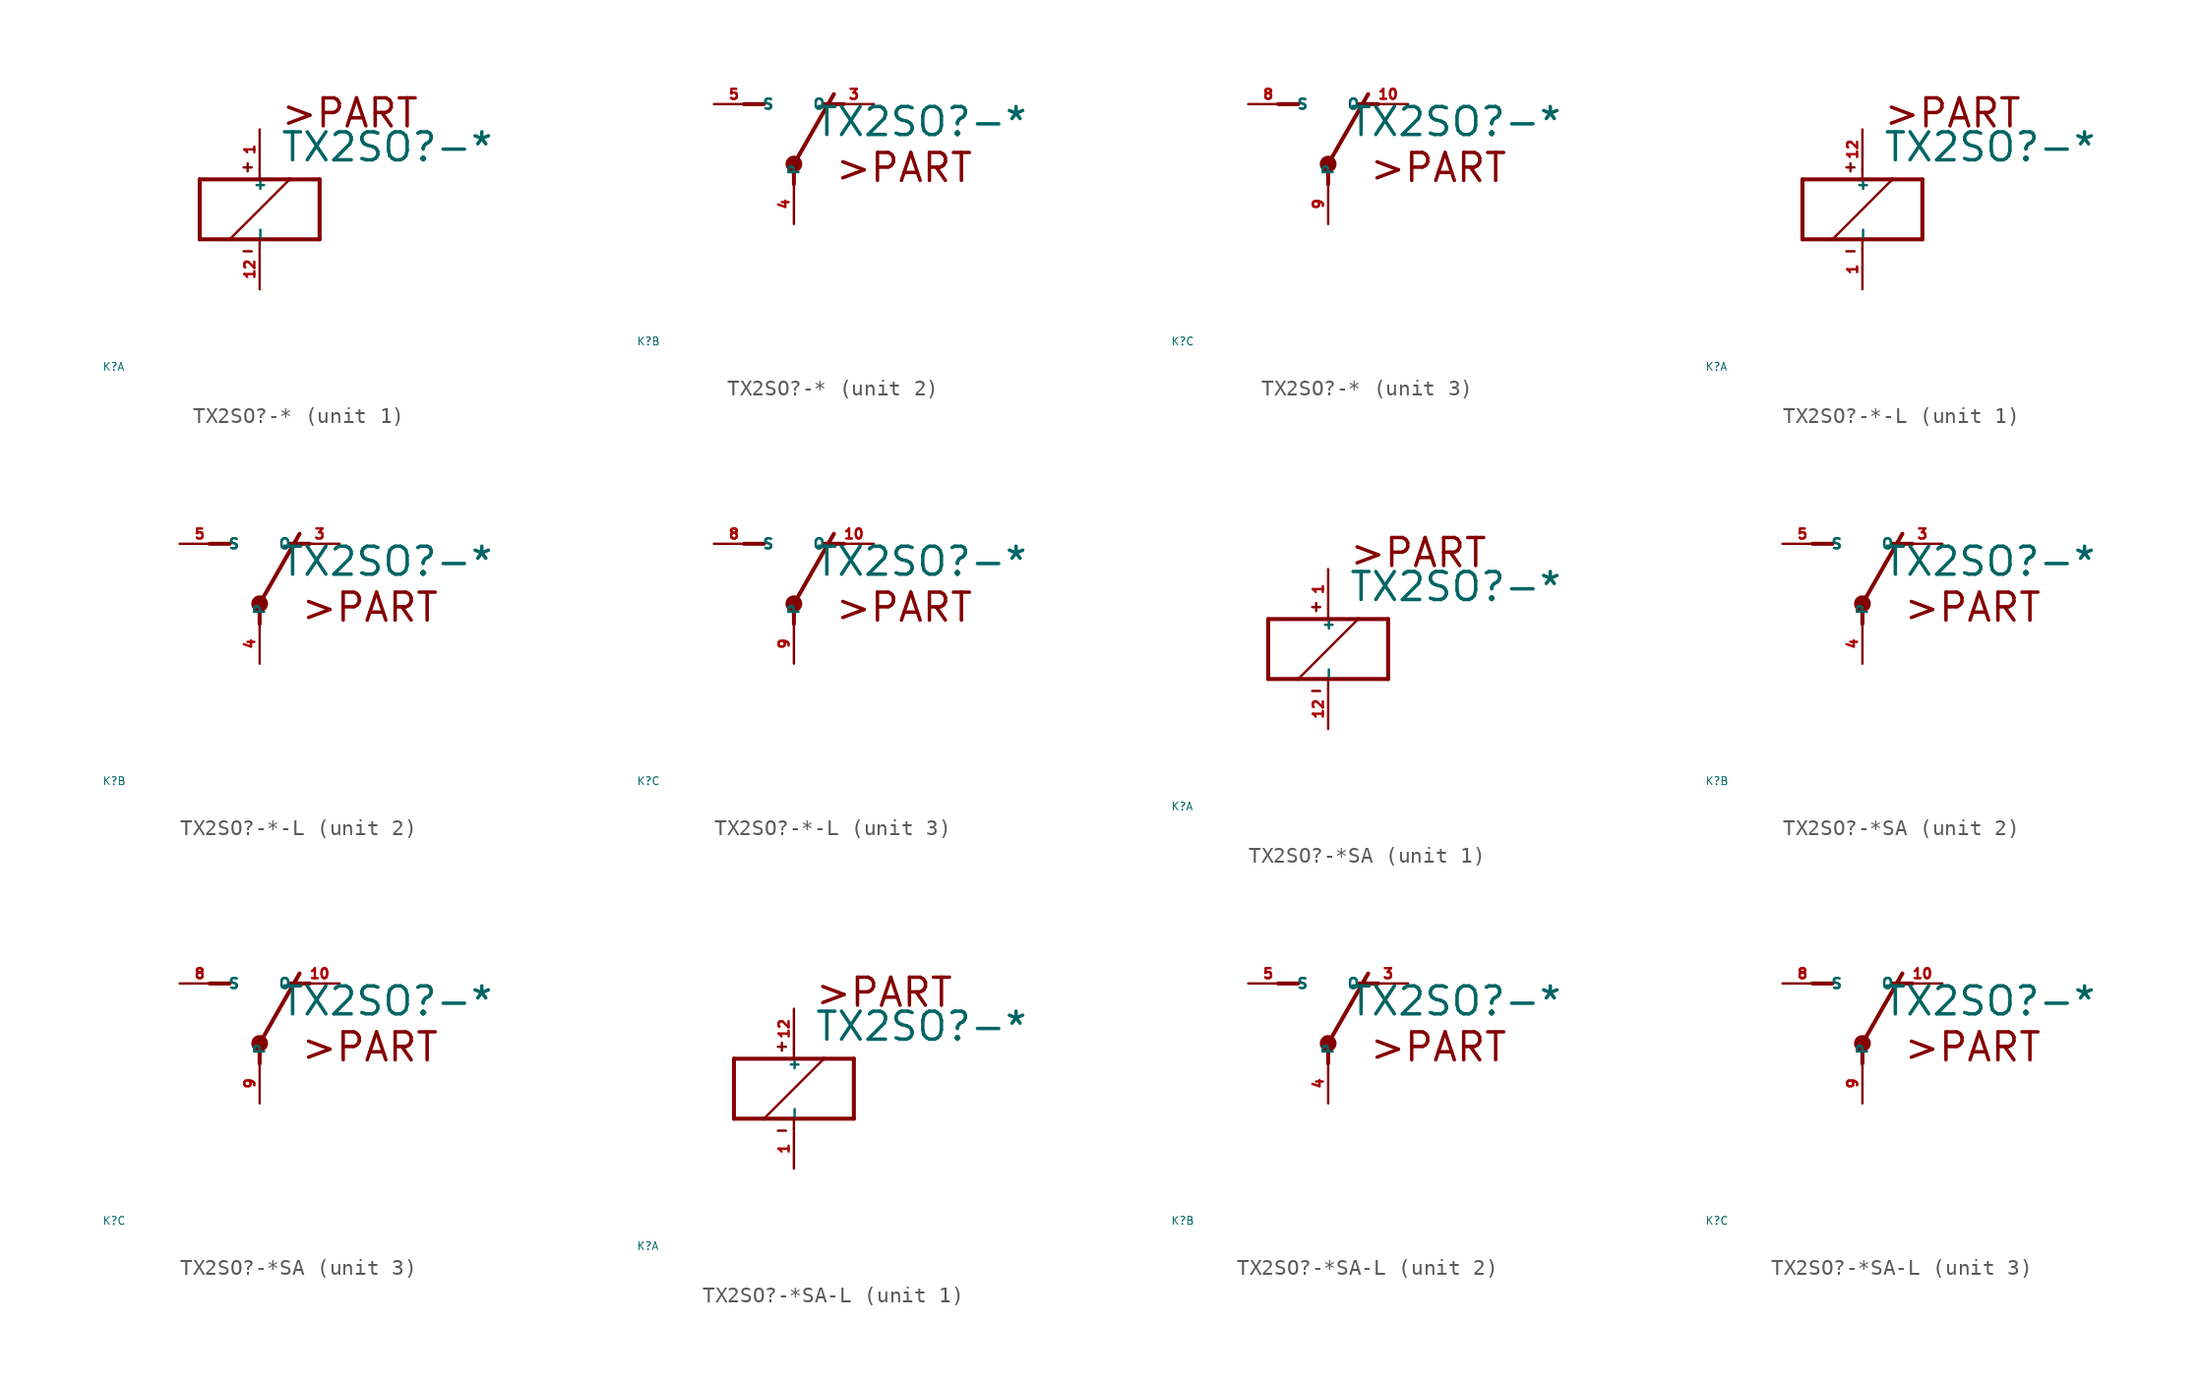
<source format=kicad_sym>
(kicad_symbol_lib
  (version 20220914)
  (generator Eagle2Kicad)
  (symbol "TX2SO?-*"
    (property "Reference" "K"
      (at -10 -10 0)
      (effects (font (size 0.5 0.5) (thickness 0.06)) (justify left)))
    (property "Value" "TX2SO?-*"
      (at 1.27 2.921 0)
      (effects (font (size 1.778 1.778) (thickness 0.22)) (justify left bottom)))
    (symbol "TX2SO?-*_1_0"
      (polyline (pts (xy -3.81 -1.905) (xy -1.905 -1.905)) (stroke (width 0.254) (type default)) (fill (type none)))
      (polyline (pts (xy 3.81 -1.905) (xy 3.81 1.905)) (stroke (width 0.254) (type default)) (fill (type none)))
      (polyline (pts (xy 3.81 1.905) (xy 1.905 1.905)) (stroke (width 0.254) (type default)) (fill (type none)))
      (polyline (pts (xy -3.81 1.905) (xy -3.81 -1.905)) (stroke (width 0.254) (type default)) (fill (type none)))
      (polyline (pts (xy 0 -2.54) (xy 0 -1.905)) (stroke (width 0.152) (type default)) (fill (type none)))
      (polyline (pts (xy 0 -1.905) (xy 3.81 -1.905)) (stroke (width 0.254) (type default)) (fill (type none)))
      (polyline (pts (xy 0 2.54) (xy 0 1.905)) (stroke (width 0.152) (type default)) (fill (type none)))
      (polyline (pts (xy 0 1.905) (xy -3.81 1.905)) (stroke (width 0.254) (type default)) (fill (type none)))
      (polyline (pts (xy -1.905 -1.905) (xy 1.905 1.905)) (stroke (width 0.152) (type default)) (fill (type none)))
      (polyline (pts (xy -1.905 -1.905) (xy 0 -1.905)) (stroke (width 0.254) (type default)) (fill (type none)))
      (polyline (pts (xy 1.905 1.905) (xy 0 1.905)) (stroke (width 0.254) (type default)) (fill (type none)))
      (polyline (pts (xy -1.016 2.667) (xy -0.508 2.667)) (stroke (width 0.152) (type default)) (fill (type none)))
      (polyline (pts (xy -0.762 2.921) (xy -0.762 2.413)) (stroke (width 0.152) (type default)) (fill (type none)))
      (polyline (pts (xy -1.016 -2.667) (xy -0.508 -2.667)) (stroke (width 0.152) (type default)) (fill (type none)))
      (text ">PART" (at 1.27 5.08 0) (effects (font (size 1.778 1.778) (thickness 0.22)) (justify left bottom)))
      (pin passive line (at 0 -5.08 90) (length 2.54) (name "-" (effects (font (size 0.635 0.635) (thickness 0.08)) (justify left bottom))) (number "12" (effects (font (size 0.635 0.635) (thickness 0.08)) (justify left bottom))))
      (pin passive line (at 0 5.08 270) (length 2.54) (name "+" (effects (font (size 0.635 0.635) (thickness 0.08)) (justify left bottom))) (number "1" (effects (font (size 0.635 0.635) (thickness 0.08)) (justify left bottom)))))
    (symbol "TX2SO?-*_2_0"
      (polyline (pts (xy 3.175 5.08) (xy 1.905 5.08)) (stroke (width 0.254) (type default)) (fill (type none)))
      (polyline (pts (xy -3.175 5.08) (xy -1.905 5.08)) (stroke (width 0.254) (type default)) (fill (type none)))
      (polyline (pts (xy 0 1.27) (xy 2.54 5.715)) (stroke (width 0.254) (type default)) (fill (type none)))
      (polyline (pts (xy 0 1.27) (xy 0 0)) (stroke (width 0.254) (type default)) (fill (type none)))
      (text ">PART" (at 2.54 0 0) (effects (font (size 1.778 1.778) (thickness 0.22)) (justify left bottom)))
      (circle (center 0 1.27) (radius 0.127) (stroke (width 0.406) (type default)) (fill (type none)))
      (pin passive line (at 5.08 5.08 180) (length 2.54) (name "O" (effects (font (size 0.635 0.635) (thickness 0.08)) (justify left bottom))) (number "3" (effects (font (size 0.635 0.635) (thickness 0.08)) (justify left bottom))))
      (pin passive line (at -5.08 5.08 0) (length 2.54) (name "S" (effects (font (size 0.635 0.635) (thickness 0.08)) (justify left bottom))) (number "5" (effects (font (size 0.635 0.635) (thickness 0.08)) (justify left bottom))))
      (pin passive line (at 0 -2.54 90) (length 2.54) (name "P" (effects (font (size 0.635 0.635) (thickness 0.08)) (justify left bottom))) (number "4" (effects (font (size 0.635 0.635) (thickness 0.08)) (justify left bottom)))))
    (symbol "TX2SO?-*_3_0"
      (polyline (pts (xy 3.175 5.08) (xy 1.905 5.08)) (stroke (width 0.254) (type default)) (fill (type none)))
      (polyline (pts (xy -3.175 5.08) (xy -1.905 5.08)) (stroke (width 0.254) (type default)) (fill (type none)))
      (polyline (pts (xy 0 1.27) (xy 2.54 5.715)) (stroke (width 0.254) (type default)) (fill (type none)))
      (polyline (pts (xy 0 1.27) (xy 0 0)) (stroke (width 0.254) (type default)) (fill (type none)))
      (text ">PART" (at 2.54 0 0) (effects (font (size 1.778 1.778) (thickness 0.22)) (justify left bottom)))
      (circle (center 0 1.27) (radius 0.127) (stroke (width 0.406) (type default)) (fill (type none)))
      (pin passive line (at 5.08 5.08 180) (length 2.54) (name "O" (effects (font (size 0.635 0.635) (thickness 0.08)) (justify left bottom))) (number "10" (effects (font (size 0.635 0.635) (thickness 0.08)) (justify left bottom))))
      (pin passive line (at -5.08 5.08 0) (length 2.54) (name "S" (effects (font (size 0.635 0.635) (thickness 0.08)) (justify left bottom))) (number "8" (effects (font (size 0.635 0.635) (thickness 0.08)) (justify left bottom))))
      (pin passive line (at 0 -2.54 90) (length 2.54) (name "P" (effects (font (size 0.635 0.635) (thickness 0.08)) (justify left bottom))) (number "9" (effects (font (size 0.635 0.635) (thickness 0.08)) (justify left bottom))))))
  (symbol "TX2SO?-*-L"
    (property "Reference" "K"
      (at -10 -10 0)
      (effects (font (size 0.5 0.5) (thickness 0.06)) (justify left)))
    (property "Value" "TX2SO?-*"
      (at 1.27 2.921 0)
      (effects (font (size 1.778 1.778) (thickness 0.22)) (justify left bottom)))
    (symbol "TX2SO?-*-L_1_0"
      (polyline (pts (xy -3.81 -1.905) (xy -1.905 -1.905)) (stroke (width 0.254) (type default)) (fill (type none)))
      (polyline (pts (xy 3.81 -1.905) (xy 3.81 1.905)) (stroke (width 0.254) (type default)) (fill (type none)))
      (polyline (pts (xy 3.81 1.905) (xy 1.905 1.905)) (stroke (width 0.254) (type default)) (fill (type none)))
      (polyline (pts (xy -3.81 1.905) (xy -3.81 -1.905)) (stroke (width 0.254) (type default)) (fill (type none)))
      (polyline (pts (xy 0 -2.54) (xy 0 -1.905)) (stroke (width 0.152) (type default)) (fill (type none)))
      (polyline (pts (xy 0 -1.905) (xy 3.81 -1.905)) (stroke (width 0.254) (type default)) (fill (type none)))
      (polyline (pts (xy 0 2.54) (xy 0 1.905)) (stroke (width 0.152) (type default)) (fill (type none)))
      (polyline (pts (xy 0 1.905) (xy -3.81 1.905)) (stroke (width 0.254) (type default)) (fill (type none)))
      (polyline (pts (xy -1.905 -1.905) (xy 1.905 1.905)) (stroke (width 0.152) (type default)) (fill (type none)))
      (polyline (pts (xy -1.905 -1.905) (xy 0 -1.905)) (stroke (width 0.254) (type default)) (fill (type none)))
      (polyline (pts (xy 1.905 1.905) (xy 0 1.905)) (stroke (width 0.254) (type default)) (fill (type none)))
      (polyline (pts (xy -1.016 2.667) (xy -0.508 2.667)) (stroke (width 0.152) (type default)) (fill (type none)))
      (polyline (pts (xy -0.762 2.921) (xy -0.762 2.413)) (stroke (width 0.152) (type default)) (fill (type none)))
      (polyline (pts (xy -1.016 -2.667) (xy -0.508 -2.667)) (stroke (width 0.152) (type default)) (fill (type none)))
      (text ">PART" (at 1.27 5.08 0) (effects (font (size 1.778 1.778) (thickness 0.22)) (justify left bottom)))
      (pin passive line (at 0 -5.08 90) (length 2.54) (name "-" (effects (font (size 0.635 0.635) (thickness 0.08)) (justify left bottom))) (number "1" (effects (font (size 0.635 0.635) (thickness 0.08)) (justify left bottom))))
      (pin passive line (at 0 5.08 270) (length 2.54) (name "+" (effects (font (size 0.635 0.635) (thickness 0.08)) (justify left bottom))) (number "12" (effects (font (size 0.635 0.635) (thickness 0.08)) (justify left bottom)))))
    (symbol "TX2SO?-*-L_2_0"
      (polyline (pts (xy 3.175 5.08) (xy 1.905 5.08)) (stroke (width 0.254) (type default)) (fill (type none)))
      (polyline (pts (xy -3.175 5.08) (xy -1.905 5.08)) (stroke (width 0.254) (type default)) (fill (type none)))
      (polyline (pts (xy 0 1.27) (xy 2.54 5.715)) (stroke (width 0.254) (type default)) (fill (type none)))
      (polyline (pts (xy 0 1.27) (xy 0 0)) (stroke (width 0.254) (type default)) (fill (type none)))
      (text ">PART" (at 2.54 0 0) (effects (font (size 1.778 1.778) (thickness 0.22)) (justify left bottom)))
      (circle (center 0 1.27) (radius 0.127) (stroke (width 0.406) (type default)) (fill (type none)))
      (pin passive line (at 5.08 5.08 180) (length 2.54) (name "O" (effects (font (size 0.635 0.635) (thickness 0.08)) (justify left bottom))) (number "3" (effects (font (size 0.635 0.635) (thickness 0.08)) (justify left bottom))))
      (pin passive line (at -5.08 5.08 0) (length 2.54) (name "S" (effects (font (size 0.635 0.635) (thickness 0.08)) (justify left bottom))) (number "5" (effects (font (size 0.635 0.635) (thickness 0.08)) (justify left bottom))))
      (pin passive line (at 0 -2.54 90) (length 2.54) (name "P" (effects (font (size 0.635 0.635) (thickness 0.08)) (justify left bottom))) (number "4" (effects (font (size 0.635 0.635) (thickness 0.08)) (justify left bottom)))))
    (symbol "TX2SO?-*-L_3_0"
      (polyline (pts (xy 3.175 5.08) (xy 1.905 5.08)) (stroke (width 0.254) (type default)) (fill (type none)))
      (polyline (pts (xy -3.175 5.08) (xy -1.905 5.08)) (stroke (width 0.254) (type default)) (fill (type none)))
      (polyline (pts (xy 0 1.27) (xy 2.54 5.715)) (stroke (width 0.254) (type default)) (fill (type none)))
      (polyline (pts (xy 0 1.27) (xy 0 0)) (stroke (width 0.254) (type default)) (fill (type none)))
      (text ">PART" (at 2.54 0 0) (effects (font (size 1.778 1.778) (thickness 0.22)) (justify left bottom)))
      (circle (center 0 1.27) (radius 0.127) (stroke (width 0.406) (type default)) (fill (type none)))
      (pin passive line (at 5.08 5.08 180) (length 2.54) (name "O" (effects (font (size 0.635 0.635) (thickness 0.08)) (justify left bottom))) (number "10" (effects (font (size 0.635 0.635) (thickness 0.08)) (justify left bottom))))
      (pin passive line (at -5.08 5.08 0) (length 2.54) (name "S" (effects (font (size 0.635 0.635) (thickness 0.08)) (justify left bottom))) (number "8" (effects (font (size 0.635 0.635) (thickness 0.08)) (justify left bottom))))
      (pin passive line (at 0 -2.54 90) (length 2.54) (name "P" (effects (font (size 0.635 0.635) (thickness 0.08)) (justify left bottom))) (number "9" (effects (font (size 0.635 0.635) (thickness 0.08)) (justify left bottom))))))
  (symbol "TX2SO?-*SA"
    (property "Reference" "K"
      (at -10 -10 0)
      (effects (font (size 0.5 0.5) (thickness 0.06)) (justify left)))
    (property "Value" "TX2SO?-*"
      (at 1.27 2.921 0)
      (effects (font (size 1.778 1.778) (thickness 0.22)) (justify left bottom)))
    (symbol "TX2SO?-*SA_1_0"
      (polyline (pts (xy -3.81 -1.905) (xy -1.905 -1.905)) (stroke (width 0.254) (type default)) (fill (type none)))
      (polyline (pts (xy 3.81 -1.905) (xy 3.81 1.905)) (stroke (width 0.254) (type default)) (fill (type none)))
      (polyline (pts (xy 3.81 1.905) (xy 1.905 1.905)) (stroke (width 0.254) (type default)) (fill (type none)))
      (polyline (pts (xy -3.81 1.905) (xy -3.81 -1.905)) (stroke (width 0.254) (type default)) (fill (type none)))
      (polyline (pts (xy 0 -2.54) (xy 0 -1.905)) (stroke (width 0.152) (type default)) (fill (type none)))
      (polyline (pts (xy 0 -1.905) (xy 3.81 -1.905)) (stroke (width 0.254) (type default)) (fill (type none)))
      (polyline (pts (xy 0 2.54) (xy 0 1.905)) (stroke (width 0.152) (type default)) (fill (type none)))
      (polyline (pts (xy 0 1.905) (xy -3.81 1.905)) (stroke (width 0.254) (type default)) (fill (type none)))
      (polyline (pts (xy -1.905 -1.905) (xy 1.905 1.905)) (stroke (width 0.152) (type default)) (fill (type none)))
      (polyline (pts (xy -1.905 -1.905) (xy 0 -1.905)) (stroke (width 0.254) (type default)) (fill (type none)))
      (polyline (pts (xy 1.905 1.905) (xy 0 1.905)) (stroke (width 0.254) (type default)) (fill (type none)))
      (polyline (pts (xy -1.016 2.667) (xy -0.508 2.667)) (stroke (width 0.152) (type default)) (fill (type none)))
      (polyline (pts (xy -0.762 2.921) (xy -0.762 2.413)) (stroke (width 0.152) (type default)) (fill (type none)))
      (polyline (pts (xy -1.016 -2.667) (xy -0.508 -2.667)) (stroke (width 0.152) (type default)) (fill (type none)))
      (text ">PART" (at 1.27 5.08 0) (effects (font (size 1.778 1.778) (thickness 0.22)) (justify left bottom)))
      (pin passive line (at 0 -5.08 90) (length 2.54) (name "-" (effects (font (size 0.635 0.635) (thickness 0.08)) (justify left bottom))) (number "12" (effects (font (size 0.635 0.635) (thickness 0.08)) (justify left bottom))))
      (pin passive line (at 0 5.08 270) (length 2.54) (name "+" (effects (font (size 0.635 0.635) (thickness 0.08)) (justify left bottom))) (number "1" (effects (font (size 0.635 0.635) (thickness 0.08)) (justify left bottom)))))
    (symbol "TX2SO?-*SA_2_0"
      (polyline (pts (xy 3.175 5.08) (xy 1.905 5.08)) (stroke (width 0.254) (type default)) (fill (type none)))
      (polyline (pts (xy -3.175 5.08) (xy -1.905 5.08)) (stroke (width 0.254) (type default)) (fill (type none)))
      (polyline (pts (xy 0 1.27) (xy 2.54 5.715)) (stroke (width 0.254) (type default)) (fill (type none)))
      (polyline (pts (xy 0 1.27) (xy 0 0)) (stroke (width 0.254) (type default)) (fill (type none)))
      (text ">PART" (at 2.54 0 0) (effects (font (size 1.778 1.778) (thickness 0.22)) (justify left bottom)))
      (circle (center 0 1.27) (radius 0.127) (stroke (width 0.406) (type default)) (fill (type none)))
      (pin passive line (at 5.08 5.08 180) (length 2.54) (name "O" (effects (font (size 0.635 0.635) (thickness 0.08)) (justify left bottom))) (number "3" (effects (font (size 0.635 0.635) (thickness 0.08)) (justify left bottom))))
      (pin passive line (at -5.08 5.08 0) (length 2.54) (name "S" (effects (font (size 0.635 0.635) (thickness 0.08)) (justify left bottom))) (number "5" (effects (font (size 0.635 0.635) (thickness 0.08)) (justify left bottom))))
      (pin passive line (at 0 -2.54 90) (length 2.54) (name "P" (effects (font (size 0.635 0.635) (thickness 0.08)) (justify left bottom))) (number "4" (effects (font (size 0.635 0.635) (thickness 0.08)) (justify left bottom)))))
    (symbol "TX2SO?-*SA_3_0"
      (polyline (pts (xy 3.175 5.08) (xy 1.905 5.08)) (stroke (width 0.254) (type default)) (fill (type none)))
      (polyline (pts (xy -3.175 5.08) (xy -1.905 5.08)) (stroke (width 0.254) (type default)) (fill (type none)))
      (polyline (pts (xy 0 1.27) (xy 2.54 5.715)) (stroke (width 0.254) (type default)) (fill (type none)))
      (polyline (pts (xy 0 1.27) (xy 0 0)) (stroke (width 0.254) (type default)) (fill (type none)))
      (text ">PART" (at 2.54 0 0) (effects (font (size 1.778 1.778) (thickness 0.22)) (justify left bottom)))
      (circle (center 0 1.27) (radius 0.127) (stroke (width 0.406) (type default)) (fill (type none)))
      (pin passive line (at 5.08 5.08 180) (length 2.54) (name "O" (effects (font (size 0.635 0.635) (thickness 0.08)) (justify left bottom))) (number "10" (effects (font (size 0.635 0.635) (thickness 0.08)) (justify left bottom))))
      (pin passive line (at -5.08 5.08 0) (length 2.54) (name "S" (effects (font (size 0.635 0.635) (thickness 0.08)) (justify left bottom))) (number "8" (effects (font (size 0.635 0.635) (thickness 0.08)) (justify left bottom))))
      (pin passive line (at 0 -2.54 90) (length 2.54) (name "P" (effects (font (size 0.635 0.635) (thickness 0.08)) (justify left bottom))) (number "9" (effects (font (size 0.635 0.635) (thickness 0.08)) (justify left bottom))))))
  (symbol "TX2SO?-*SA-L"
    (property "Reference" "K"
      (at -10 -10 0)
      (effects (font (size 0.5 0.5) (thickness 0.06)) (justify left)))
    (property "Value" "TX2SO?-*"
      (at 1.27 2.921 0)
      (effects (font (size 1.778 1.778) (thickness 0.22)) (justify left bottom)))
    (symbol "TX2SO?-*SA-L_1_0"
      (polyline (pts (xy -3.81 -1.905) (xy -1.905 -1.905)) (stroke (width 0.254) (type default)) (fill (type none)))
      (polyline (pts (xy 3.81 -1.905) (xy 3.81 1.905)) (stroke (width 0.254) (type default)) (fill (type none)))
      (polyline (pts (xy 3.81 1.905) (xy 1.905 1.905)) (stroke (width 0.254) (type default)) (fill (type none)))
      (polyline (pts (xy -3.81 1.905) (xy -3.81 -1.905)) (stroke (width 0.254) (type default)) (fill (type none)))
      (polyline (pts (xy 0 -2.54) (xy 0 -1.905)) (stroke (width 0.152) (type default)) (fill (type none)))
      (polyline (pts (xy 0 -1.905) (xy 3.81 -1.905)) (stroke (width 0.254) (type default)) (fill (type none)))
      (polyline (pts (xy 0 2.54) (xy 0 1.905)) (stroke (width 0.152) (type default)) (fill (type none)))
      (polyline (pts (xy 0 1.905) (xy -3.81 1.905)) (stroke (width 0.254) (type default)) (fill (type none)))
      (polyline (pts (xy -1.905 -1.905) (xy 1.905 1.905)) (stroke (width 0.152) (type default)) (fill (type none)))
      (polyline (pts (xy -1.905 -1.905) (xy 0 -1.905)) (stroke (width 0.254) (type default)) (fill (type none)))
      (polyline (pts (xy 1.905 1.905) (xy 0 1.905)) (stroke (width 0.254) (type default)) (fill (type none)))
      (polyline (pts (xy -1.016 2.667) (xy -0.508 2.667)) (stroke (width 0.152) (type default)) (fill (type none)))
      (polyline (pts (xy -0.762 2.921) (xy -0.762 2.413)) (stroke (width 0.152) (type default)) (fill (type none)))
      (polyline (pts (xy -1.016 -2.667) (xy -0.508 -2.667)) (stroke (width 0.152) (type default)) (fill (type none)))
      (text ">PART" (at 1.27 5.08 0) (effects (font (size 1.778 1.778) (thickness 0.22)) (justify left bottom)))
      (pin passive line (at 0 -5.08 90) (length 2.54) (name "-" (effects (font (size 0.635 0.635) (thickness 0.08)) (justify left bottom))) (number "1" (effects (font (size 0.635 0.635) (thickness 0.08)) (justify left bottom))))
      (pin passive line (at 0 5.08 270) (length 2.54) (name "+" (effects (font (size 0.635 0.635) (thickness 0.08)) (justify left bottom))) (number "12" (effects (font (size 0.635 0.635) (thickness 0.08)) (justify left bottom)))))
    (symbol "TX2SO?-*SA-L_2_0"
      (polyline (pts (xy 3.175 5.08) (xy 1.905 5.08)) (stroke (width 0.254) (type default)) (fill (type none)))
      (polyline (pts (xy -3.175 5.08) (xy -1.905 5.08)) (stroke (width 0.254) (type default)) (fill (type none)))
      (polyline (pts (xy 0 1.27) (xy 2.54 5.715)) (stroke (width 0.254) (type default)) (fill (type none)))
      (polyline (pts (xy 0 1.27) (xy 0 0)) (stroke (width 0.254) (type default)) (fill (type none)))
      (text ">PART" (at 2.54 0 0) (effects (font (size 1.778 1.778) (thickness 0.22)) (justify left bottom)))
      (circle (center 0 1.27) (radius 0.127) (stroke (width 0.406) (type default)) (fill (type none)))
      (pin passive line (at 5.08 5.08 180) (length 2.54) (name "O" (effects (font (size 0.635 0.635) (thickness 0.08)) (justify left bottom))) (number "3" (effects (font (size 0.635 0.635) (thickness 0.08)) (justify left bottom))))
      (pin passive line (at -5.08 5.08 0) (length 2.54) (name "S" (effects (font (size 0.635 0.635) (thickness 0.08)) (justify left bottom))) (number "5" (effects (font (size 0.635 0.635) (thickness 0.08)) (justify left bottom))))
      (pin passive line (at 0 -2.54 90) (length 2.54) (name "P" (effects (font (size 0.635 0.635) (thickness 0.08)) (justify left bottom))) (number "4" (effects (font (size 0.635 0.635) (thickness 0.08)) (justify left bottom)))))
    (symbol "TX2SO?-*SA-L_3_0"
      (polyline (pts (xy 3.175 5.08) (xy 1.905 5.08)) (stroke (width 0.254) (type default)) (fill (type none)))
      (polyline (pts (xy -3.175 5.08) (xy -1.905 5.08)) (stroke (width 0.254) (type default)) (fill (type none)))
      (polyline (pts (xy 0 1.27) (xy 2.54 5.715)) (stroke (width 0.254) (type default)) (fill (type none)))
      (polyline (pts (xy 0 1.27) (xy 0 0)) (stroke (width 0.254) (type default)) (fill (type none)))
      (text ">PART" (at 2.54 0 0) (effects (font (size 1.778 1.778) (thickness 0.22)) (justify left bottom)))
      (circle (center 0 1.27) (radius 0.127) (stroke (width 0.406) (type default)) (fill (type none)))
      (pin passive line (at 5.08 5.08 180) (length 2.54) (name "O" (effects (font (size 0.635 0.635) (thickness 0.08)) (justify left bottom))) (number "10" (effects (font (size 0.635 0.635) (thickness 0.08)) (justify left bottom))))
      (pin passive line (at -5.08 5.08 0) (length 2.54) (name "S" (effects (font (size 0.635 0.635) (thickness 0.08)) (justify left bottom))) (number "8" (effects (font (size 0.635 0.635) (thickness 0.08)) (justify left bottom))))
      (pin passive line (at 0 -2.54 90) (length 2.54) (name "P" (effects (font (size 0.635 0.635) (thickness 0.08)) (justify left bottom))) (number "9" (effects (font (size 0.635 0.635) (thickness 0.08)) (justify left bottom)))))))
</source>
